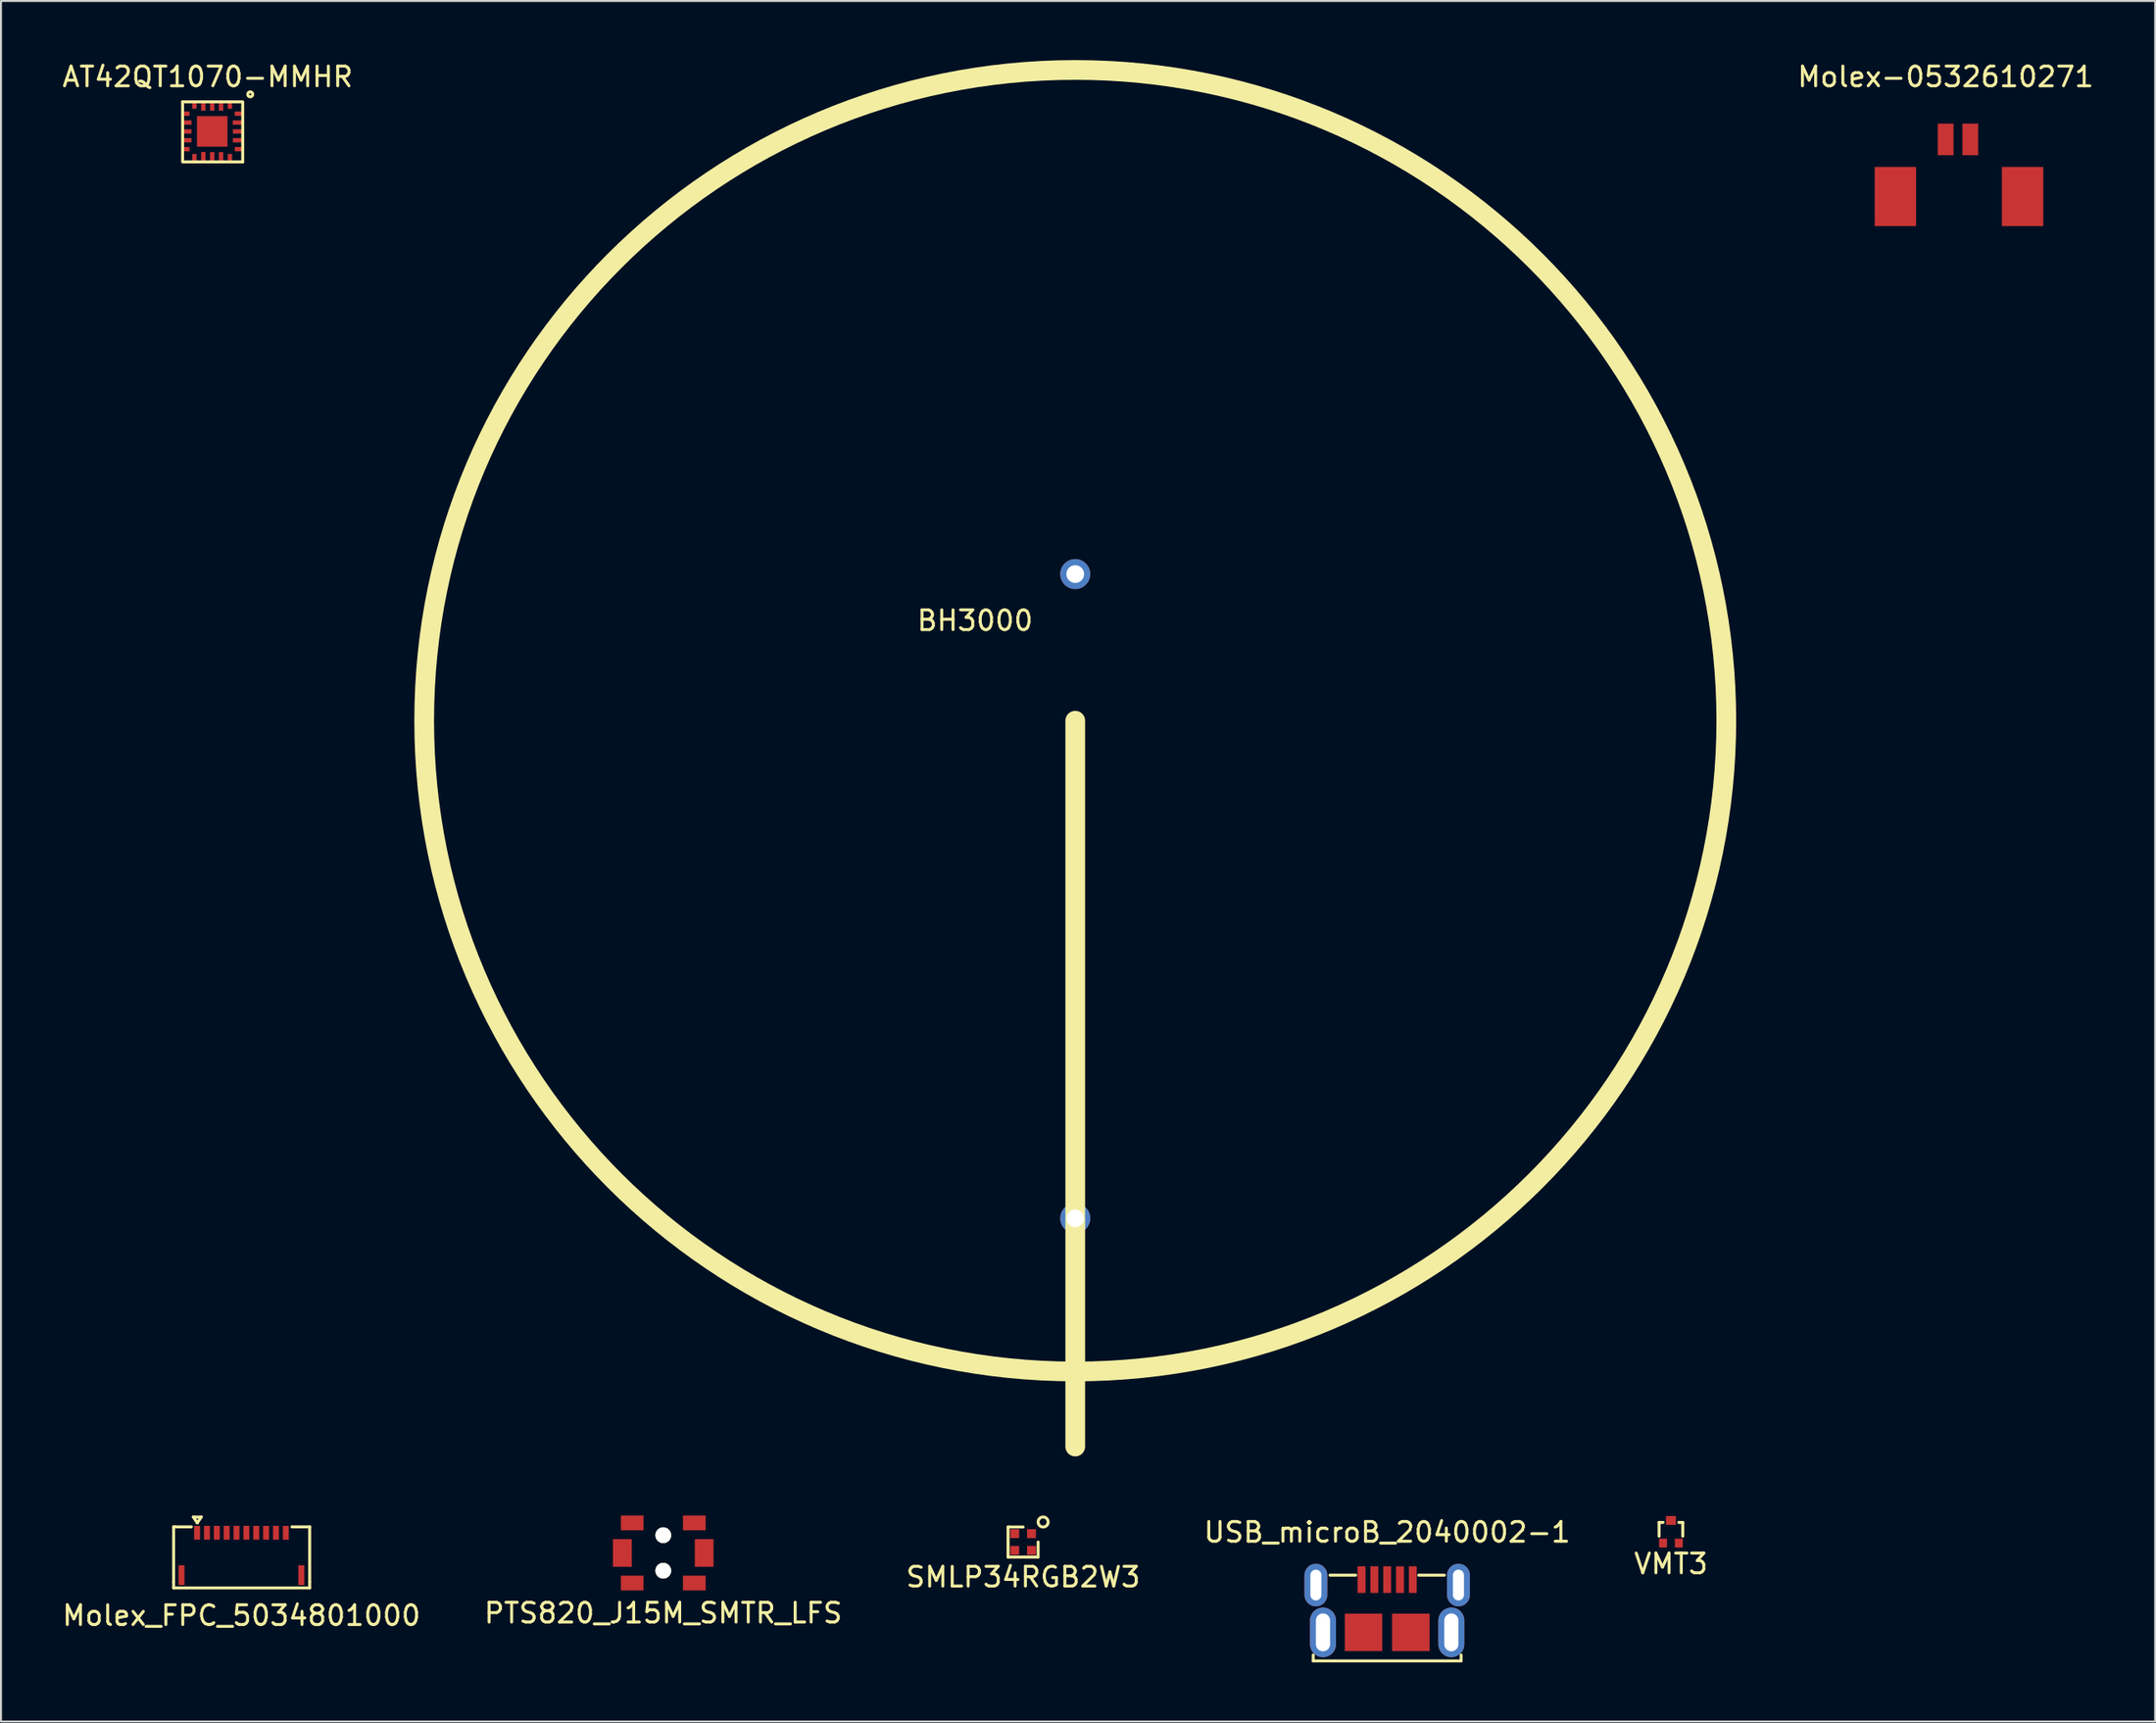
<source format=kicad_pcb>
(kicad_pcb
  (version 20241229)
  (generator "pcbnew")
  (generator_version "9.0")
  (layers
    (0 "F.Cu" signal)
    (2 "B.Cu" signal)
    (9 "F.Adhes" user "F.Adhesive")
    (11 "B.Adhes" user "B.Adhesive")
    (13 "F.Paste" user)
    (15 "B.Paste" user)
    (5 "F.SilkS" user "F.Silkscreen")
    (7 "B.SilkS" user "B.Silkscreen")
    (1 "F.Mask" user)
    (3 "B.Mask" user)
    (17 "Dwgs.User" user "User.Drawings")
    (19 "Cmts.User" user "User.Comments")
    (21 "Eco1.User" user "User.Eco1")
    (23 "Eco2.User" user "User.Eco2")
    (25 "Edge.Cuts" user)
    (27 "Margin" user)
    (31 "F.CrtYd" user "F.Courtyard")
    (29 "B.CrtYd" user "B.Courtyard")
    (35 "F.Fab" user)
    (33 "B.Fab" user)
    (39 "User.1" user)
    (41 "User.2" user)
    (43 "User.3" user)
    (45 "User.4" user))
  (footprint "USB_microB_2040002-1"
    (layer "F.Cu")
    (at 67.304 79.778)
    (property "Reference" "USB_microB_2040002-1" (at 0 -5.08 0) (layer "F.SilkS") (effects (font (size 1 1) (thickness 0.15))))
    (attr smd)
    (fp_line (start -3.75 1.45) (end -3.75 1.15) (stroke (width 0.15) (type solid)) (layer "F.SilkS"))
    (fp_line (start -2.9 -2.9) (end -1.6 -2.9) (stroke (width 0.15) (type solid)) (layer "F.SilkS"))
    (fp_line (start 1.6 -2.9) (end 2.9 -2.9) (stroke (width 0.15) (type solid)) (layer "F.SilkS"))
    (fp_line (start 3.75 1.45) (end -3.75 1.45) (stroke (width 0.15) (type solid)) (layer "F.SilkS"))
    (fp_line (start 3.75 1.45) (end 3.75 1.15) (stroke (width 0.15) (type solid)) (layer "F.SilkS"))
    (pad "1" smd rect (at -1.3 -2.675) (size 0.4 1.35) (layers "F.Cu" "F.Mask" "F.Paste"))
    (pad "2" smd rect (at -0.65 -2.675) (size 0.4 1.35) (layers "F.Cu" "F.Mask" "F.Paste"))
    (pad "3" smd rect (at 0 -2.675) (size 0.4 1.35) (layers "F.Cu" "F.Mask" "F.Paste"))
    (pad "4" smd rect (at 0.65 -2.675) (size 0.4 1.35) (layers "F.Cu" "F.Mask" "F.Paste"))
    (pad "5" smd rect (at 1.3 -2.675) (size 0.4 1.35) (layers "F.Cu" "F.Mask" "F.Paste"))
    (pad "6" thru_hole oval (at 3.615 -2.4) (size 1.16 2.16) (drill oval 0.56 1.56) (layers "*.Cu" "*.Mask"))
    (pad "7" thru_hole oval (at 3.255 0) (size 1.32 2.52) (drill oval 0.72 1.92) (layers "*.Cu" "*.Mask"))
    (pad "8" smd rect (at 1.2 0) (size 1.9 1.9) (layers "F.Cu" "F.Mask" "F.Paste"))
    (pad "9" smd rect (at -1.2 0) (size 1.9 1.9) (layers "F.Cu" "F.Mask" "F.Paste"))
    (pad "10" thru_hole oval (at -3.255 0) (size 1.32 2.52) (drill oval 0.72 1.92) (layers "*.Cu" "*.Mask"))
    (pad "11" thru_hole oval (at -3.615 -2.4) (size 1.16 2.16) (drill oval 0.56 1.56) (layers "*.Cu" "*.Mask")))
  (footprint "PTS820_J15M_SMTR_LFS"
    (layer "F.Cu")
    (at 30.589 75.75)
    (property "Reference" "PTS820_J15M_SMTR_LFS" (at 0 3.048 0) (layer "F.SilkS") (effects (font (size 1 1) (thickness 0.15))))
    (attr through_hole)
    (pad "" connect rect (at -1.575 -1.525) (size 1.15 0.75) (layers "F.Cu" "F.Mask"))
    (pad "" connect rect (at -1.575 1.525) (size 1.15 0.75) (layers "F.Cu" "F.Mask"))
    (pad "" np_thru_hole circle (at 0 -0.9) (size 0.8 0.8) (drill 0.8) (layers "*.Cu" "*.Mask" "F.SilkS"))
    (pad "" np_thru_hole circle (at 0 0.9) (size 0.8 0.8) (drill 0.8) (layers "*.Cu" "*.Mask" "F.SilkS"))
    (pad "" connect rect (at 1.575 -1.525) (size 1.15 0.75) (layers "F.Cu" "F.Mask"))
    (pad "" connect rect (at 1.575 1.525) (size 1.15 0.75) (layers "F.Cu" "F.Mask"))
    (pad "1" smd rect (at -2.075 0) (size 0.95 1.4) (layers "F.Cu" "F.Mask" "F.Paste"))
    (pad "2" smd rect (at 2.075 0) (size 0.95 1.4) (layers "F.Cu" "F.Mask" "F.Paste")))
  (footprint "Molex_FPC_5034801000"
    (layer "F.Cu")
    (at 9.196 77.525)
    (property "Reference" "Molex_FPC_5034801000" (at 0 1.4 0) (layer "F.SilkS") (effects (font (size 1 1) (thickness 0.15))))
    (attr through_hole)
    (fp_line (start -3.44 -3.1) (end -3.44 -0.3) (stroke (width 0.15) (type solid)) (layer "F.SilkS"))
    (fp_line (start -3.44 -0.3) (end -3.44 0) (stroke (width 0.15) (type solid)) (layer "F.SilkS"))
    (fp_line (start -3.44 0) (end 3.46 0) (stroke (width 0.15) (type solid)) (layer "F.SilkS"))
    (fp_line (start -3.34 -3.1) (end -3.44 -3.1) (stroke (width 0.15) (type solid)) (layer "F.SilkS"))
    (fp_line (start -2.54 -3.1) (end -3.34 -3.1) (stroke (width 0.15) (type solid)) (layer "F.SilkS"))
    (fp_line (start -2.44 -3.6) (end -2.24 -3.3) (stroke (width 0.15) (type solid)) (layer "F.SilkS"))
    (fp_line (start -2.24 -3.3) (end -2.04 -3.6) (stroke (width 0.15) (type solid)) (layer "F.SilkS"))
    (fp_line (start -2.04 -3.6) (end -2.44 -3.6) (stroke (width 0.15) (type solid)) (layer "F.SilkS"))
    (fp_line (start 2.56 -3.1) (end 3.46 -3.1) (stroke (width 0.15) (type solid)) (layer "F.SilkS"))
    (fp_line (start 3.46 -0.3) (end 3.46 -3.1) (stroke (width 0.15) (type solid)) (layer "F.SilkS"))
    (fp_line (start 3.46 0) (end 3.46 -0.3) (stroke (width 0.15) (type solid)) (layer "F.SilkS"))
    (pad "" smd rect (at -3.04 -0.65) (size 0.3 1) (layers "F.Cu" "F.Mask" "F.Paste"))
    (pad "" smd rect (at 3.04 -0.65) (size 0.3 1) (layers "F.Cu" "F.Mask" "F.Paste"))
    (pad "1" smd rect (at -2.25 -2.8) (size 0.3 0.7) (layers "F.Cu" "F.Mask" "F.Paste"))
    (pad "2" smd rect (at -1.75 -2.8) (size 0.3 0.7) (layers "F.Cu" "F.Mask" "F.Paste"))
    (pad "3" smd rect (at -1.25 -2.8) (size 0.3 0.7) (layers "F.Cu" "F.Mask" "F.Paste"))
    (pad "4" smd rect (at -0.75 -2.8) (size 0.3 0.7) (layers "F.Cu" "F.Mask" "F.Paste"))
    (pad "5" smd rect (at -0.25 -2.8) (size 0.3 0.7) (layers "F.Cu" "F.Mask" "F.Paste"))
    (pad "6" smd rect (at 0.25 -2.8) (size 0.3 0.7) (layers "F.Cu" "F.Mask" "F.Paste"))
    (pad "7" smd rect (at 0.75 -2.8) (size 0.3 0.7) (layers "F.Cu" "F.Mask" "F.Paste"))
    (pad "8" smd rect (at 1.25 -2.8) (size 0.3 0.7) (layers "F.Cu" "F.Mask" "F.Paste"))
    (pad "9" smd rect (at 1.75 -2.8) (size 0.3 0.7) (layers "F.Cu" "F.Mask" "F.Paste"))
    (pad "10" smd rect (at 2.25 -2.8) (size 0.3 0.7) (layers "F.Cu" "F.Mask" "F.Paste")))
  (footprint "VMT3"
    (layer "F.Cu")
    (at 81.696 74.1)
    (property "Reference" "VMT3" (at 0 2.2 0) (layer "F.SilkS") (effects (font (size 1 1) (thickness 0.15))))
    (attr through_hole)
    (fp_line (start -0.6 0.1) (end -0.4 0.1) (stroke (width 0.15) (type solid)) (layer "F.SilkS"))
    (fp_line (start -0.6 0.8) (end -0.6 0.1) (stroke (width 0.15) (type solid)) (layer "F.SilkS"))
    (fp_line (start 0.4 0.1) (end 0.6 0.1) (stroke (width 0.15) (type solid)) (layer "F.SilkS"))
    (fp_line (start 0.6 0.1) (end 0.6 0.8) (stroke (width 0.15) (type solid)) (layer "F.SilkS"))
    (pad "1" smd rect (at -0.4 1.15) (size 0.4 0.45) (layers "F.Cu" "F.Mask" "F.Paste"))
    (pad "2" smd rect (at 0.4 1.15) (size 0.4 0.45) (layers "F.Cu" "F.Mask" "F.Paste"))
    (pad "3" smd rect (at 0 0) (size 0.5 0.45) (layers "F.Cu" "F.Mask" "F.Paste")))
  (footprint "SMLP34RGB2W3"
    (layer "F.Cu")
    (at 48.839 75.195)
    (property "Reference" "SMLP34RGB2W3" (at 0 1.778 0) (layer "F.SilkS") (effects (font (size 1 1) (thickness 0.15))))
    (attr through_hole)
    (fp_line (start -0.762 -0.762) (end -0.762 0.762) (stroke (width 0.15) (type solid)) (layer "F.SilkS"))
    (fp_line (start -0.762 0.762) (end 0.762 0.762) (stroke (width 0.15) (type solid)) (layer "F.SilkS"))
    (fp_line (start 0 -0.762) (end -0.762 -0.762) (stroke (width 0.15) (type solid)) (layer "F.SilkS"))
    (fp_line (start 0.762 0.762) (end 0.762 0) (stroke (width 0.15) (type solid)) (layer "F.SilkS"))
    (fp_circle (center 1.016 -1.016) (end 1.27 -1.016) (stroke (width 0.15) (type solid)) (fill no) (layer "F.SilkS"))
    (pad "1" smd rect (at 0.425 -0.425) (size 0.45 0.45) (layers "F.Cu" "F.Mask" "F.Paste"))
    (pad "2" smd rect (at 0.425 0.425) (size 0.45 0.45) (layers "F.Cu" "F.Mask" "F.Paste"))
    (pad "3" smd rect (at -0.425 0.425) (size 0.45 0.45) (layers "F.Cu" "F.Mask" "F.Paste"))
    (pad "4" smd rect (at -0.425 -0.425) (size 0.45 0.45) (layers "F.Cu" "F.Mask" "F.Paste")))
  (footprint "Molex-0532610271"
    (layer "F.Cu")
    (at 95.629 4.023)
    (property "Reference" "Molex-0532610271" (at 0 -3.175 0) (layer "F.SilkS") (effects (font (size 1 1) (thickness 0.15))))
    (attr through_hole)
    (pad "1" smd rect (at 0 0) (size 0.8 1.6) (layers "F.Cu" "F.Mask" "F.Paste"))
    (pad "2" smd rect (at 1.25 0) (size 0.8 1.6) (layers "F.Cu" "F.Mask" "F.Paste"))
    (pad "3" smd rect (at -2.55 2.9) (size 2.1 3) (layers "F.Cu" "F.Mask" "F.Paste"))
    (pad "3" smd rect (at 3.9 2.9) (size 2.1 3) (layers "F.Cu" "F.Mask" "F.Paste")))
  (footprint "BH3000"
    (layer "F.Cu")
    (at 51.484 33.52)
    (property "Reference" "BH3000" (at -5.08 -5.08 0) (layer "F.SilkS") (effects (font (size 1 1) (thickness 0.15))))
    (attr through_hole)
    (fp_line (start 0 0) (end 0 36.83) (stroke (width 1) (type solid)) (layer "F.SilkS"))
    (fp_circle (center 0 0) (end 33.02 0) (stroke (width 1) (type solid)) (fill no) (layer "F.SilkS"))
    (pad "1" thru_hole circle (at 0 -7.44) (size 1.524 1.524) (drill 0.9) (layers "*.Cu" "*.Mask"))
    (pad "2" thru_hole circle (at 0 25.25) (size 1.524 1.524) (drill 0.9) (layers "*.Cu" "*.Mask")))
  (footprint "AT42QT1070-MMHR"
    (layer "F.Cu")
    (at 6.212 2.118)
    (property "Reference" "AT42QT1070-MMHR" (at 1.27 -1.27 0) (layer "F.SilkS") (effects (font (size 1 1) (thickness 0.15))))
    (attr through_hole)
    (fp_line (start 0 0) (end 0 3) (stroke (width 0.15) (type solid)) (layer "F.SilkS"))
    (fp_line (start 0 0) (end 3 0) (stroke (width 0.15) (type solid)) (layer "F.SilkS"))
    (fp_line (start 0 3.048) (end 3.048 3.048) (stroke (width 0.15) (type solid)) (layer "F.SilkS"))
    (fp_line (start 3.048 3.048) (end 3.048 0) (stroke (width 0.15) (type solid)) (layer "F.SilkS"))
    (fp_circle (center 3.429 -0.381) (end 3.556 -0.381) (stroke (width 0.15) (type solid)) (fill no) (layer "F.SilkS"))
    (pad "1" smd rect (at 2.844 0.6) (size 0.4 0.22) (layers "F.Cu" "F.Mask" "F.Paste"))
    (pad "2" smd rect (at 2.794 1.05) (size 0.5 0.22) (layers "F.Cu" "F.Mask" "F.Paste"))
    (pad "3" smd rect (at 2.8 1.5) (size 0.5 0.22) (layers "F.Cu" "F.Mask" "F.Paste"))
    (pad "4" smd rect (at 2.8 1.95) (size 0.5 0.22) (layers "F.Cu" "F.Mask" "F.Paste"))
    (pad "5" smd rect (at 2.844 2.4) (size 0.4 0.22) (layers "F.Cu" "F.Mask" "F.Paste"))
    (pad "6" smd rect (at 2.4 2.844) (size 0.22 0.4) (layers "F.Cu" "F.Mask" "F.Paste"))
    (pad "7" smd rect (at 1.95 2.8) (size 0.22 0.5) (layers "F.Cu" "F.Mask" "F.Paste"))
    (pad "8" smd rect (at 1.5 2.8) (size 0.22 0.5) (layers "F.Cu" "F.Mask" "F.Paste"))
    (pad "9" smd rect (at 1.05 2.794) (size 0.22 0.5) (layers "F.Cu" "F.Mask" "F.Paste"))
    (pad "10" smd rect (at 0.6 2.844) (size 0.22 0.4) (layers "F.Cu" "F.Mask" "F.Paste"))
    (pad "11" smd rect (at 0.15 2.4) (size 0.4 0.22) (layers "F.Cu" "F.Mask" "F.Paste"))
    (pad "12" smd rect (at 0.2 1.95) (size 0.5 0.22) (layers "F.Cu" "F.Mask" "F.Paste"))
    (pad "13" smd rect (at 0.2 1.5) (size 0.5 0.22) (layers "F.Cu" "F.Mask" "F.Paste"))
    (pad "14" smd rect (at 0.2 1.05) (size 0.5 0.22) (layers "F.Cu" "F.Mask" "F.Paste"))
    (pad "15" smd rect (at 0.15 0.6) (size 0.4 0.22) (layers "F.Cu" "F.Mask" "F.Paste"))
    (pad "16" smd rect (at 0.6 0.15) (size 0.22 0.4) (layers "F.Cu" "F.Mask" "F.Paste"))
    (pad "17" smd rect (at 1.05 0.2) (size 0.22 0.5) (layers "F.Cu" "F.Mask" "F.Paste"))
    (pad "18" smd rect (at 1.5 0.2) (size 0.22 0.5) (layers "F.Cu" "F.Mask" "F.Paste"))
    (pad "19" smd rect (at 1.95 0.2) (size 0.22 0.5) (layers "F.Cu" "F.Mask" "F.Paste"))
    (pad "20" smd rect (at 2.4 0.15) (size 0.22 0.4) (layers "F.Cu" "F.Mask" "F.Paste"))
    (pad "21" smd rect (at 1.5 1.5) (size 1.55 1.55) (layers "F.Cu" "F.Mask" "F.Paste")))
  (gr_rect
    (start -3 -3)
    (end 106.254 84.303)
    (stroke (width 0.1) (type default))
    (fill no)
    (layer "Edge.Cuts")))
</source>
